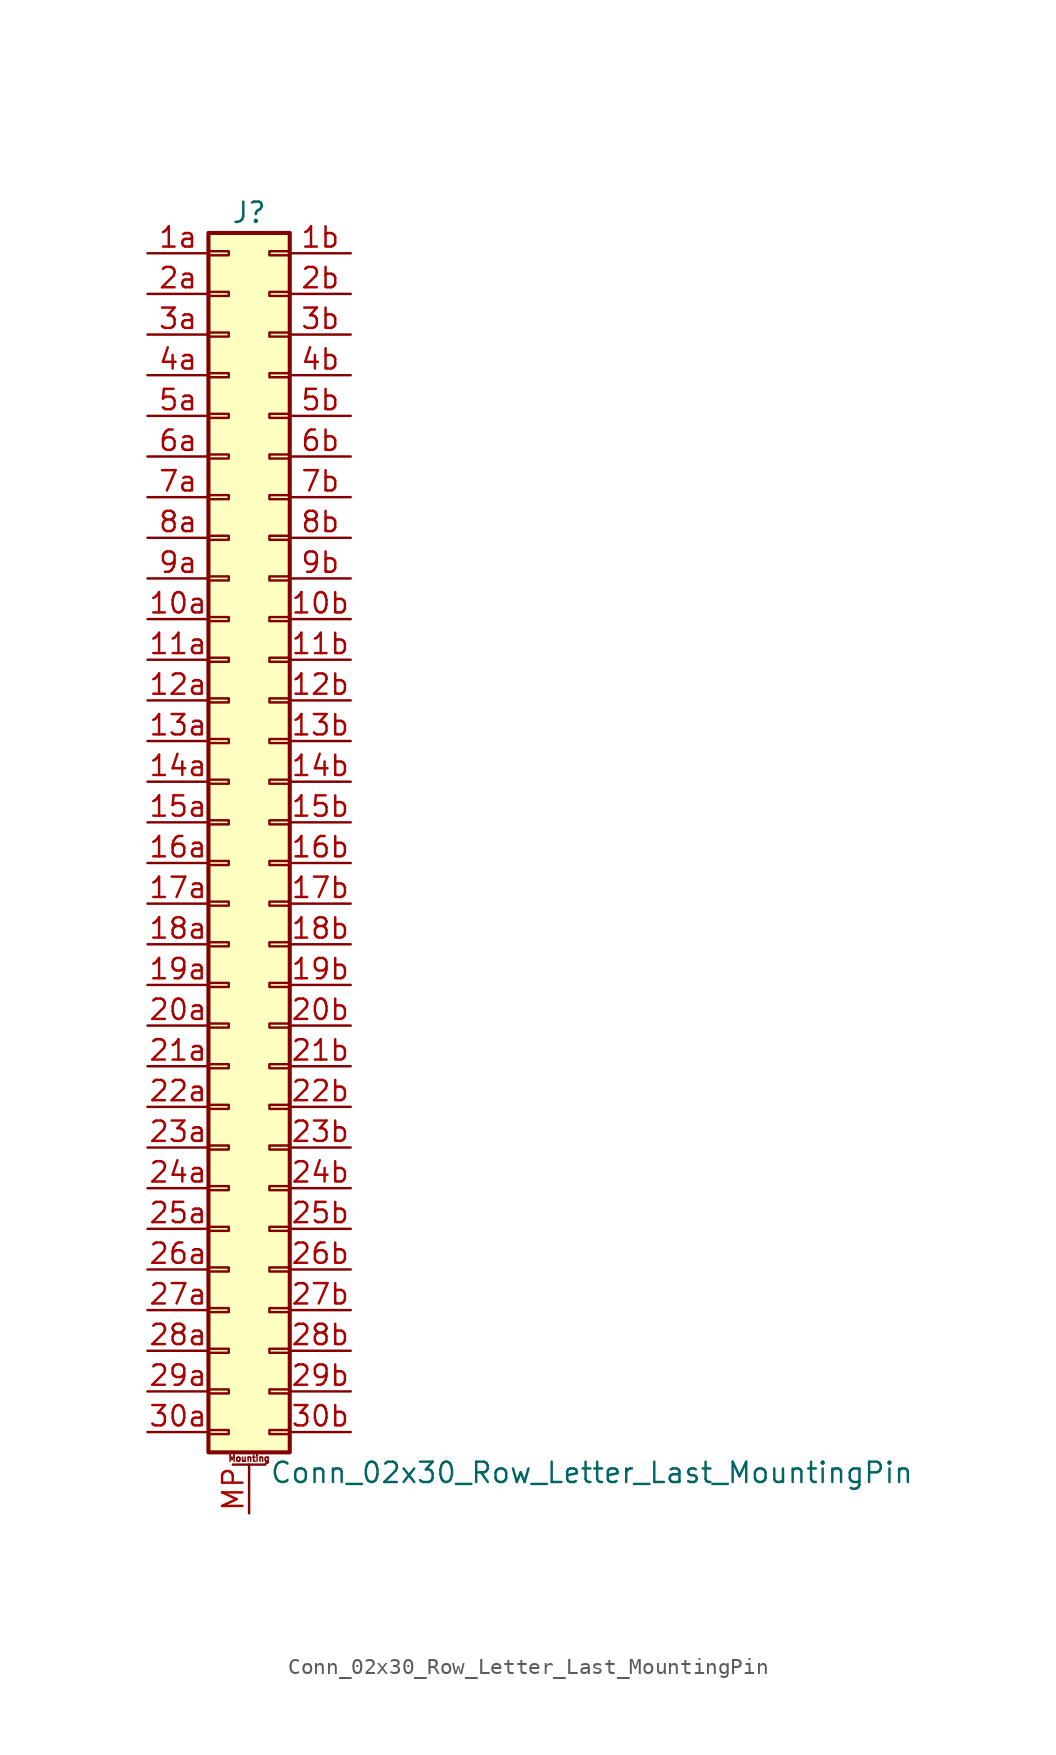
<source format=kicad_sym>
(kicad_symbol_lib
  (version 20201005)
  (generator kicad_symbol_editor)
  (symbol "Conn_02x30_Row_Letter_Last_MountingPin"
    (pin_names
      (offset 1.016) hide)
    (property "Reference" "J"
      (at 1.27 38.1 0)
      (effects (font (size 1.27 1.27))))
    (property "Value" "Conn_02x30_Row_Letter_Last_MountingPin"
      (at 2.54 -40.64 0)
      (effects (font (size 1.27 1.27)) (justify left)))
    (symbol "Conn_02x30_Row_Letter_Last_MountingPin_1_1"
      (text "Mounting" (at 1.27 -39.751 0) (effects (font (size 0.381 0.381))))
      (rectangle (start -1.27 -37.973) (end 0 -38.227) (stroke (width 0.152)) (fill (type none)))
      (rectangle (start -1.27 -35.433) (end 0 -35.687) (stroke (width 0.152)) (fill (type none)))
      (rectangle (start -1.27 -32.893) (end 0 -33.147) (stroke (width 0.152)) (fill (type none)))
      (rectangle (start -1.27 -30.353) (end 0 -30.607) (stroke (width 0.152)) (fill (type none)))
      (rectangle (start -1.27 -27.813) (end 0 -28.067) (stroke (width 0.152)) (fill (type none)))
      (rectangle (start -1.27 -25.273) (end 0 -25.527) (stroke (width 0.152)) (fill (type none)))
      (rectangle (start -1.27 -22.733) (end 0 -22.987) (stroke (width 0.152)) (fill (type none)))
      (rectangle (start -1.27 -20.193) (end 0 -20.447) (stroke (width 0.152)) (fill (type none)))
      (rectangle (start -1.27 -17.653) (end 0 -17.907) (stroke (width 0.152)) (fill (type none)))
      (rectangle (start -1.27 -15.113) (end 0 -15.367) (stroke (width 0.152)) (fill (type none)))
      (rectangle (start -1.27 -12.573) (end 0 -12.827) (stroke (width 0.152)) (fill (type none)))
      (rectangle (start -1.27 -10.033) (end 0 -10.287) (stroke (width 0.152)) (fill (type none)))
      (rectangle (start -1.27 -7.493) (end 0 -7.747) (stroke (width 0.152)) (fill (type none)))
      (rectangle (start -1.27 -4.953) (end 0 -5.207) (stroke (width 0.152)) (fill (type none)))
      (rectangle (start -1.27 -2.413) (end 0 -2.667) (stroke (width 0.152)) (fill (type none)))
      (rectangle (start -1.27 0.127) (end 0 -0.127) (stroke (width 0.152)) (fill (type none)))
      (rectangle (start -1.27 2.667) (end 0 2.413) (stroke (width 0.152)) (fill (type none)))
      (rectangle (start -1.27 5.207) (end 0 4.953) (stroke (width 0.152)) (fill (type none)))
      (rectangle (start -1.27 7.747) (end 0 7.493) (stroke (width 0.152)) (fill (type none)))
      (rectangle (start -1.27 10.287) (end 0 10.033) (stroke (width 0.152)) (fill (type none)))
      (rectangle (start -1.27 12.827) (end 0 12.573) (stroke (width 0.152)) (fill (type none)))
      (rectangle (start -1.27 15.367) (end 0 15.113) (stroke (width 0.152)) (fill (type none)))
      (rectangle (start -1.27 17.907) (end 0 17.653) (stroke (width 0.152)) (fill (type none)))
      (rectangle (start -1.27 20.447) (end 0 20.193) (stroke (width 0.152)) (fill (type none)))
      (rectangle (start -1.27 22.987) (end 0 22.733) (stroke (width 0.152)) (fill (type none)))
      (rectangle (start -1.27 25.527) (end 0 25.273) (stroke (width 0.152)) (fill (type none)))
      (rectangle (start -1.27 28.067) (end 0 27.813) (stroke (width 0.152)) (fill (type none)))
      (rectangle (start -1.27 30.607) (end 0 30.353) (stroke (width 0.152)) (fill (type none)))
      (rectangle (start -1.27 33.147) (end 0 32.893) (stroke (width 0.152)) (fill (type none)))
      (rectangle (start -1.27 35.687) (end 0 35.433) (stroke (width 0.152)) (fill (type none)))
      (rectangle (start -1.27 36.83) (end 3.81 -39.37) (stroke (width 0.254)) (fill (type background)))
      (rectangle (start 3.81 -37.973) (end 2.54 -38.227) (stroke (width 0.152)) (fill (type none)))
      (rectangle (start 3.81 -35.433) (end 2.54 -35.687) (stroke (width 0.152)) (fill (type none)))
      (rectangle (start 3.81 -32.893) (end 2.54 -33.147) (stroke (width 0.152)) (fill (type none)))
      (rectangle (start 3.81 -30.353) (end 2.54 -30.607) (stroke (width 0.152)) (fill (type none)))
      (rectangle (start 3.81 -27.813) (end 2.54 -28.067) (stroke (width 0.152)) (fill (type none)))
      (rectangle (start 3.81 -25.273) (end 2.54 -25.527) (stroke (width 0.152)) (fill (type none)))
      (rectangle (start 3.81 -22.733) (end 2.54 -22.987) (stroke (width 0.152)) (fill (type none)))
      (rectangle (start 3.81 -20.193) (end 2.54 -20.447) (stroke (width 0.152)) (fill (type none)))
      (rectangle (start 3.81 -17.653) (end 2.54 -17.907) (stroke (width 0.152)) (fill (type none)))
      (rectangle (start 3.81 -15.113) (end 2.54 -15.367) (stroke (width 0.152)) (fill (type none)))
      (rectangle (start 3.81 -12.573) (end 2.54 -12.827) (stroke (width 0.152)) (fill (type none)))
      (rectangle (start 3.81 -10.033) (end 2.54 -10.287) (stroke (width 0.152)) (fill (type none)))
      (rectangle (start 3.81 -7.493) (end 2.54 -7.747) (stroke (width 0.152)) (fill (type none)))
      (rectangle (start 3.81 -4.953) (end 2.54 -5.207) (stroke (width 0.152)) (fill (type none)))
      (rectangle (start 3.81 -2.413) (end 2.54 -2.667) (stroke (width 0.152)) (fill (type none)))
      (rectangle (start 3.81 0.127) (end 2.54 -0.127) (stroke (width 0.152)) (fill (type none)))
      (rectangle (start 3.81 2.667) (end 2.54 2.413) (stroke (width 0.152)) (fill (type none)))
      (rectangle (start 3.81 5.207) (end 2.54 4.953) (stroke (width 0.152)) (fill (type none)))
      (rectangle (start 3.81 7.747) (end 2.54 7.493) (stroke (width 0.152)) (fill (type none)))
      (rectangle (start 3.81 10.287) (end 2.54 10.033) (stroke (width 0.152)) (fill (type none)))
      (rectangle (start 3.81 12.827) (end 2.54 12.573) (stroke (width 0.152)) (fill (type none)))
      (rectangle (start 3.81 15.367) (end 2.54 15.113) (stroke (width 0.152)) (fill (type none)))
      (rectangle (start 3.81 17.907) (end 2.54 17.653) (stroke (width 0.152)) (fill (type none)))
      (rectangle (start 3.81 20.447) (end 2.54 20.193) (stroke (width 0.152)) (fill (type none)))
      (rectangle (start 3.81 22.987) (end 2.54 22.733) (stroke (width 0.152)) (fill (type none)))
      (rectangle (start 3.81 25.527) (end 2.54 25.273) (stroke (width 0.152)) (fill (type none)))
      (rectangle (start 3.81 28.067) (end 2.54 27.813) (stroke (width 0.152)) (fill (type none)))
      (rectangle (start 3.81 30.607) (end 2.54 30.353) (stroke (width 0.152)) (fill (type none)))
      (rectangle (start 3.81 33.147) (end 2.54 32.893) (stroke (width 0.152)) (fill (type none)))
      (rectangle (start 3.81 35.687) (end 2.54 35.433) (stroke (width 0.152)) (fill (type none)))
      (polyline (pts (xy 0.254 -40.132) (xy 2.286 -40.132)) (stroke (width 0.152)) (fill (type none)))
      (pin passive line (at -5.08 12.7 0) (length 3.81) (name "Pin_10a" (effects (font (size 1.27 1.27)))) (number "10a" (effects (font (size 1.27 1.27)))))
      (pin passive line (at 7.62 12.7 180) (length 3.81) (name "Pin_10b" (effects (font (size 1.27 1.27)))) (number "10b" (effects (font (size 1.27 1.27)))))
      (pin passive line (at -5.08 10.16 0) (length 3.81) (name "Pin_11a" (effects (font (size 1.27 1.27)))) (number "11a" (effects (font (size 1.27 1.27)))))
      (pin passive line (at 7.62 10.16 180) (length 3.81) (name "Pin_11b" (effects (font (size 1.27 1.27)))) (number "11b" (effects (font (size 1.27 1.27)))))
      (pin passive line (at -5.08 7.62 0) (length 3.81) (name "Pin_12a" (effects (font (size 1.27 1.27)))) (number "12a" (effects (font (size 1.27 1.27)))))
      (pin passive line (at 7.62 7.62 180) (length 3.81) (name "Pin_12b" (effects (font (size 1.27 1.27)))) (number "12b" (effects (font (size 1.27 1.27)))))
      (pin passive line (at -5.08 5.08 0) (length 3.81) (name "Pin_13a" (effects (font (size 1.27 1.27)))) (number "13a" (effects (font (size 1.27 1.27)))))
      (pin passive line (at 7.62 5.08 180) (length 3.81) (name "Pin_13b" (effects (font (size 1.27 1.27)))) (number "13b" (effects (font (size 1.27 1.27)))))
      (pin passive line (at -5.08 2.54 0) (length 3.81) (name "Pin_14a" (effects (font (size 1.27 1.27)))) (number "14a" (effects (font (size 1.27 1.27)))))
      (pin passive line (at 7.62 2.54 180) (length 3.81) (name "Pin_14b" (effects (font (size 1.27 1.27)))) (number "14b" (effects (font (size 1.27 1.27)))))
      (pin passive line (at -5.08 0 0) (length 3.81) (name "Pin_15a" (effects (font (size 1.27 1.27)))) (number "15a" (effects (font (size 1.27 1.27)))))
      (pin passive line (at 7.62 0 180) (length 3.81) (name "Pin_15b" (effects (font (size 1.27 1.27)))) (number "15b" (effects (font (size 1.27 1.27)))))
      (pin passive line (at -5.08 -2.54 0) (length 3.81) (name "Pin_16a" (effects (font (size 1.27 1.27)))) (number "16a" (effects (font (size 1.27 1.27)))))
      (pin passive line (at 7.62 -2.54 180) (length 3.81) (name "Pin_16b" (effects (font (size 1.27 1.27)))) (number "16b" (effects (font (size 1.27 1.27)))))
      (pin passive line (at -5.08 -5.08 0) (length 3.81) (name "Pin_17a" (effects (font (size 1.27 1.27)))) (number "17a" (effects (font (size 1.27 1.27)))))
      (pin passive line (at 7.62 -5.08 180) (length 3.81) (name "Pin_17b" (effects (font (size 1.27 1.27)))) (number "17b" (effects (font (size 1.27 1.27)))))
      (pin passive line (at -5.08 -7.62 0) (length 3.81) (name "Pin_18a" (effects (font (size 1.27 1.27)))) (number "18a" (effects (font (size 1.27 1.27)))))
      (pin passive line (at 7.62 -7.62 180) (length 3.81) (name "Pin_18b" (effects (font (size 1.27 1.27)))) (number "18b" (effects (font (size 1.27 1.27)))))
      (pin passive line (at -5.08 -10.16 0) (length 3.81) (name "Pin_19a" (effects (font (size 1.27 1.27)))) (number "19a" (effects (font (size 1.27 1.27)))))
      (pin passive line (at 7.62 -10.16 180) (length 3.81) (name "Pin_19b" (effects (font (size 1.27 1.27)))) (number "19b" (effects (font (size 1.27 1.27)))))
      (pin passive line (at -5.08 35.56 0) (length 3.81) (name "Pin_1a" (effects (font (size 1.27 1.27)))) (number "1a" (effects (font (size 1.27 1.27)))))
      (pin passive line (at 7.62 35.56 180) (length 3.81) (name "Pin_1b" (effects (font (size 1.27 1.27)))) (number "1b" (effects (font (size 1.27 1.27)))))
      (pin passive line (at -5.08 -12.7 0) (length 3.81) (name "Pin_20a" (effects (font (size 1.27 1.27)))) (number "20a" (effects (font (size 1.27 1.27)))))
      (pin passive line (at 7.62 -12.7 180) (length 3.81) (name "Pin_20b" (effects (font (size 1.27 1.27)))) (number "20b" (effects (font (size 1.27 1.27)))))
      (pin passive line (at -5.08 -15.24 0) (length 3.81) (name "Pin_21a" (effects (font (size 1.27 1.27)))) (number "21a" (effects (font (size 1.27 1.27)))))
      (pin passive line (at 7.62 -15.24 180) (length 3.81) (name "Pin_21b" (effects (font (size 1.27 1.27)))) (number "21b" (effects (font (size 1.27 1.27)))))
      (pin passive line (at -5.08 -17.78 0) (length 3.81) (name "Pin_22a" (effects (font (size 1.27 1.27)))) (number "22a" (effects (font (size 1.27 1.27)))))
      (pin passive line (at 7.62 -17.78 180) (length 3.81) (name "Pin_22b" (effects (font (size 1.27 1.27)))) (number "22b" (effects (font (size 1.27 1.27)))))
      (pin passive line (at -5.08 -20.32 0) (length 3.81) (name "Pin_23a" (effects (font (size 1.27 1.27)))) (number "23a" (effects (font (size 1.27 1.27)))))
      (pin passive line (at 7.62 -20.32 180) (length 3.81) (name "Pin_23b" (effects (font (size 1.27 1.27)))) (number "23b" (effects (font (size 1.27 1.27)))))
      (pin passive line (at -5.08 -22.86 0) (length 3.81) (name "Pin_24a" (effects (font (size 1.27 1.27)))) (number "24a" (effects (font (size 1.27 1.27)))))
      (pin passive line (at 7.62 -22.86 180) (length 3.81) (name "Pin_24b" (effects (font (size 1.27 1.27)))) (number "24b" (effects (font (size 1.27 1.27)))))
      (pin passive line (at -5.08 -25.4 0) (length 3.81) (name "Pin_25a" (effects (font (size 1.27 1.27)))) (number "25a" (effects (font (size 1.27 1.27)))))
      (pin passive line (at 7.62 -25.4 180) (length 3.81) (name "Pin_25b" (effects (font (size 1.27 1.27)))) (number "25b" (effects (font (size 1.27 1.27)))))
      (pin passive line (at -5.08 -27.94 0) (length 3.81) (name "Pin_26a" (effects (font (size 1.27 1.27)))) (number "26a" (effects (font (size 1.27 1.27)))))
      (pin passive line (at 7.62 -27.94 180) (length 3.81) (name "Pin_26b" (effects (font (size 1.27 1.27)))) (number "26b" (effects (font (size 1.27 1.27)))))
      (pin passive line (at -5.08 -30.48 0) (length 3.81) (name "Pin_27a" (effects (font (size 1.27 1.27)))) (number "27a" (effects (font (size 1.27 1.27)))))
      (pin passive line (at 7.62 -30.48 180) (length 3.81) (name "Pin_27b" (effects (font (size 1.27 1.27)))) (number "27b" (effects (font (size 1.27 1.27)))))
      (pin passive line (at -5.08 -33.02 0) (length 3.81) (name "Pin_28a" (effects (font (size 1.27 1.27)))) (number "28a" (effects (font (size 1.27 1.27)))))
      (pin passive line (at 7.62 -33.02 180) (length 3.81) (name "Pin_28b" (effects (font (size 1.27 1.27)))) (number "28b" (effects (font (size 1.27 1.27)))))
      (pin passive line (at -5.08 -35.56 0) (length 3.81) (name "Pin_29a" (effects (font (size 1.27 1.27)))) (number "29a" (effects (font (size 1.27 1.27)))))
      (pin passive line (at 7.62 -35.56 180) (length 3.81) (name "Pin_29b" (effects (font (size 1.27 1.27)))) (number "29b" (effects (font (size 1.27 1.27)))))
      (pin passive line (at -5.08 33.02 0) (length 3.81) (name "Pin_2a" (effects (font (size 1.27 1.27)))) (number "2a" (effects (font (size 1.27 1.27)))))
      (pin passive line (at 7.62 33.02 180) (length 3.81) (name "Pin_2b" (effects (font (size 1.27 1.27)))) (number "2b" (effects (font (size 1.27 1.27)))))
      (pin passive line (at -5.08 -38.1 0) (length 3.81) (name "Pin_30a" (effects (font (size 1.27 1.27)))) (number "30a" (effects (font (size 1.27 1.27)))))
      (pin passive line (at 7.62 -38.1 180) (length 3.81) (name "Pin_30b" (effects (font (size 1.27 1.27)))) (number "30b" (effects (font (size 1.27 1.27)))))
      (pin passive line (at -5.08 30.48 0) (length 3.81) (name "Pin_3a" (effects (font (size 1.27 1.27)))) (number "3a" (effects (font (size 1.27 1.27)))))
      (pin passive line (at 7.62 30.48 180) (length 3.81) (name "Pin_3b" (effects (font (size 1.27 1.27)))) (number "3b" (effects (font (size 1.27 1.27)))))
      (pin passive line (at -5.08 27.94 0) (length 3.81) (name "Pin_4a" (effects (font (size 1.27 1.27)))) (number "4a" (effects (font (size 1.27 1.27)))))
      (pin passive line (at 7.62 27.94 180) (length 3.81) (name "Pin_4b" (effects (font (size 1.27 1.27)))) (number "4b" (effects (font (size 1.27 1.27)))))
      (pin passive line (at -5.08 25.4 0) (length 3.81) (name "Pin_5a" (effects (font (size 1.27 1.27)))) (number "5a" (effects (font (size 1.27 1.27)))))
      (pin passive line (at 7.62 25.4 180) (length 3.81) (name "Pin_5b" (effects (font (size 1.27 1.27)))) (number "5b" (effects (font (size 1.27 1.27)))))
      (pin passive line (at -5.08 22.86 0) (length 3.81) (name "Pin_6a" (effects (font (size 1.27 1.27)))) (number "6a" (effects (font (size 1.27 1.27)))))
      (pin passive line (at 7.62 22.86 180) (length 3.81) (name "Pin_6b" (effects (font (size 1.27 1.27)))) (number "6b" (effects (font (size 1.27 1.27)))))
      (pin passive line (at -5.08 20.32 0) (length 3.81) (name "Pin_7a" (effects (font (size 1.27 1.27)))) (number "7a" (effects (font (size 1.27 1.27)))))
      (pin passive line (at 7.62 20.32 180) (length 3.81) (name "Pin_7b" (effects (font (size 1.27 1.27)))) (number "7b" (effects (font (size 1.27 1.27)))))
      (pin passive line (at -5.08 17.78 0) (length 3.81) (name "Pin_8a" (effects (font (size 1.27 1.27)))) (number "8a" (effects (font (size 1.27 1.27)))))
      (pin passive line (at 7.62 17.78 180) (length 3.81) (name "Pin_8b" (effects (font (size 1.27 1.27)))) (number "8b" (effects (font (size 1.27 1.27)))))
      (pin passive line (at -5.08 15.24 0) (length 3.81) (name "Pin_9a" (effects (font (size 1.27 1.27)))) (number "9a" (effects (font (size 1.27 1.27)))))
      (pin passive line (at 7.62 15.24 180) (length 3.81) (name "Pin_9b" (effects (font (size 1.27 1.27)))) (number "9b" (effects (font (size 1.27 1.27)))))
      (pin passive line (at 1.27 -43.18 90) (length 3.048) (name "MountPin" (effects (font (size 1.27 1.27)))) (number "MP" (effects (font (size 1.27 1.27))))))))
</source>
